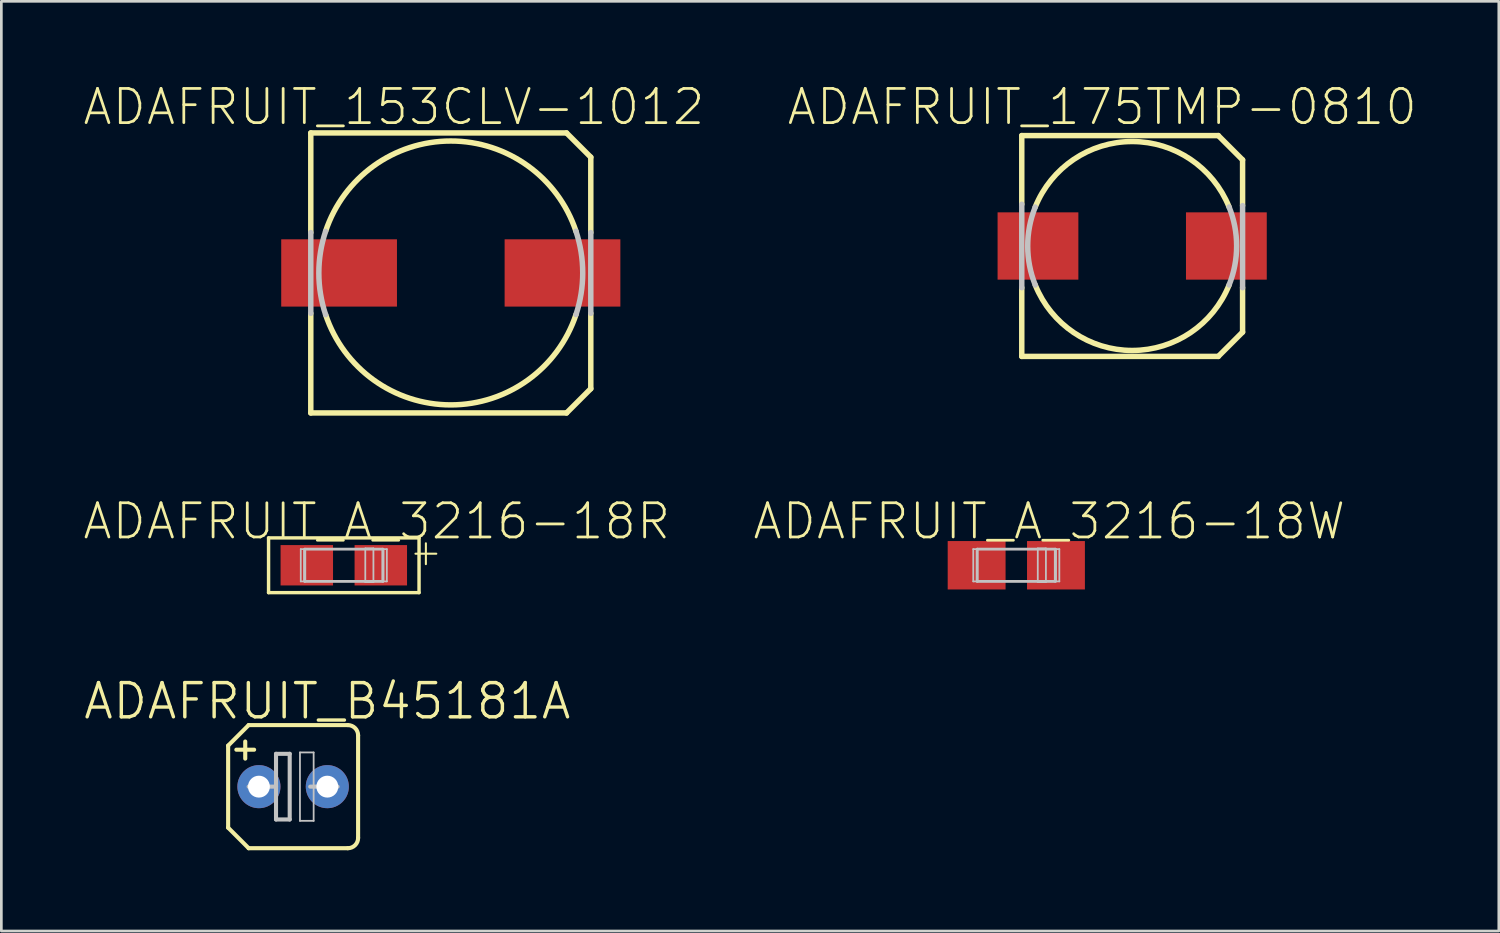
<source format=kicad_pcb>
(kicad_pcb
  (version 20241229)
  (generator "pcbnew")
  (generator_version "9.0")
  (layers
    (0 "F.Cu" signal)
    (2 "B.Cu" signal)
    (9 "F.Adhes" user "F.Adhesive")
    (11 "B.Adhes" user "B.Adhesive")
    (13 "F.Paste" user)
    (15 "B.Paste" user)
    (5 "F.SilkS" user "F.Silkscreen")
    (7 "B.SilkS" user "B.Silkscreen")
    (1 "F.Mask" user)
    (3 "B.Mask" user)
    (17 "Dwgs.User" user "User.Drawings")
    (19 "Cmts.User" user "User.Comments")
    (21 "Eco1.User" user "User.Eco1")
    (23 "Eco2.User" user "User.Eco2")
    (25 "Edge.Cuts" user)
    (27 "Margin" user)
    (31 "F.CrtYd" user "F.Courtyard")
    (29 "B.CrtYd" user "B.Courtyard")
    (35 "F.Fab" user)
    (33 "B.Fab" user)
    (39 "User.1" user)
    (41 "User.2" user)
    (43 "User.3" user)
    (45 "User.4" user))
  (footprint "ADAFRUIT_B45181A"
    (layer "F.Cu")
    (at 7.835 26.162)
    (property "Reference" "ADAFRUIT_B45181A" (at 1.27 -3.175 0) (layer "F.SilkS") (effects (font (size 1.27 1.27) (thickness 0.127))))
    (attr exclude_from_pos_files exclude_from_bom)
    (fp_line (start -2.413 -1.524) (end -2.413 1.524) (stroke (width 0.152) (type solid)) (layer "F.SilkS"))
    (fp_line (start -2.413 -1.524) (end -1.651 -2.286) (stroke (width 0.152) (type solid)) (layer "F.SilkS"))
    (fp_line (start -1.778 -1.676) (end -1.778 -1.041) (stroke (width 0.152) (type solid)) (layer "F.SilkS"))
    (fp_line (start -1.651 2.286) (end -2.413 1.524) (stroke (width 0.152) (type solid)) (layer "F.SilkS"))
    (fp_line (start -1.651 2.286) (end 2.032 2.286) (stroke (width 0.152) (type solid)) (layer "F.SilkS"))
    (fp_line (start -1.448 -1.372) (end -2.108 -1.372) (stroke (width 0.152) (type solid)) (layer "F.SilkS"))
    (fp_line (start 2.032 -2.286) (end -1.651 -2.286) (stroke (width 0.152) (type solid)) (layer "F.SilkS"))
    (fp_line (start 2.413 -1.905) (end 2.413 1.905) (stroke (width 0.152) (type solid)) (layer "F.SilkS"))
    (fp_arc (start 2.032 -2.286) (mid 2.301408 -2.174408) (end 2.413 -1.905) (stroke (width 0.1524) (type solid)) (layer "F.SilkS"))
    (fp_arc (start 2.413 1.905) (mid 2.301408 2.174408) (end 2.032 2.286) (stroke (width 0.1524) (type solid)) (layer "F.SilkS"))
    (fp_line (start -1.651 0) (end -0.635 0) (stroke (width 0.152) (type solid)) (layer "Dwgs.User"))
    (fp_line (start -0.635 -1.219) (end -0.635 0) (stroke (width 0.152) (type solid)) (layer "Dwgs.User"))
    (fp_line (start -0.635 0) (end -0.635 1.219) (stroke (width 0.152) (type solid)) (layer "Dwgs.User"))
    (fp_line (start -0.635 1.219) (end -0.127 1.219) (stroke (width 0.152) (type solid)) (layer "Dwgs.User"))
    (fp_line (start -0.127 -1.219) (end -0.635 -1.219) (stroke (width 0.152) (type solid)) (layer "Dwgs.User"))
    (fp_line (start -0.127 1.219) (end -0.127 -1.219) (stroke (width 0.152) (type solid)) (layer "Dwgs.User"))
    (fp_line (start 0.254 -1.27) (end 0.762 -1.27) (stroke (width 0.066) (type solid)) (layer "Dwgs.User"))
    (fp_line (start 0.254 1.27) (end 0.254 -1.27) (stroke (width 0.066) (type solid)) (layer "Dwgs.User"))
    (fp_line (start 0.254 1.27) (end 0.762 1.27) (stroke (width 0.066) (type solid)) (layer "Dwgs.User"))
    (fp_line (start 0.635 0) (end 1.651 0) (stroke (width 0.152) (type solid)) (layer "Dwgs.User"))
    (fp_line (start 0.762 1.27) (end 0.762 -1.27) (stroke (width 0.066) (type solid)) (layer "Dwgs.User"))
    (pad "+" thru_hole circle (at -1.27 0) (size 1.6 1.6) (drill 0.813) (layers "*.Cu" "*.Paste" "*.Mask"))
    (pad "-" thru_hole circle (at 1.27 0) (size 1.6 1.6) (drill 0.813) (layers "*.Cu" "*.Paste" "*.Mask")))
  (footprint "ADAFRUIT_153CLV-1012"
    (layer "F.Cu")
    (at 13.69 7.086)
    (property "Reference" "ADAFRUIT_153CLV-1012" (at -2.113 -6.165 0) (layer "F.SilkS") (effects (font (size 1.27 1.27) (thickness 0.102))))
    (attr smd)
    (fp_line (start -5.199 -5.199) (end 4.298 -5.199) (stroke (width 0.203) (type solid)) (layer "F.SilkS"))
    (fp_line (start -5.199 -1.499) (end -5.199 -5.199) (stroke (width 0.203) (type solid)) (layer "F.SilkS"))
    (fp_line (start -5.199 5.199) (end -5.199 1.499) (stroke (width 0.203) (type solid)) (layer "F.SilkS"))
    (fp_line (start 4.298 -5.199) (end 5.199 -4.298) (stroke (width 0.203) (type solid)) (layer "F.SilkS"))
    (fp_line (start 4.298 5.199) (end -5.199 5.199) (stroke (width 0.203) (type solid)) (layer "F.SilkS"))
    (fp_line (start 5.199 -4.298) (end 5.199 -1.499) (stroke (width 0.203) (type solid)) (layer "F.SilkS"))
    (fp_line (start 5.199 1.499) (end 5.199 4.298) (stroke (width 0.203) (type solid)) (layer "F.SilkS"))
    (fp_line (start 5.199 4.298) (end 4.298 5.199) (stroke (width 0.203) (type solid)) (layer "F.SilkS"))
    (fp_arc (start -4.6482 -1.5494) (mid -0.001287 -4.899633) (end 4.647385 -1.551842) (stroke (width 0.2032) (type solid)) (layer "F.SilkS"))
    (fp_arc (start 4.6482 1.5494) (mid 0.001287 4.899633) (end -4.647385 1.551842) (stroke (width 0.2032) (type solid)) (layer "F.SilkS"))
    (fp_line (start -5.199 1.499) (end -5.199 -1.499) (stroke (width 0.203) (type solid)) (layer "Dwgs.User"))
    (fp_line (start 5.199 -1.499) (end 5.199 1.499) (stroke (width 0.203) (type solid)) (layer "Dwgs.User"))
    (fp_arc (start -4.6482 1.5494) (mid -4.899632 0.002989) (end -4.650087 -1.543728) (stroke (width 0.2032) (type solid)) (layer "Dwgs.User"))
    (fp_arc (start 4.6482 -1.5494) (mid 4.899632 -0.002989) (end 4.650087 1.543728) (stroke (width 0.2032) (type solid)) (layer "Dwgs.User"))
    (pad "+" smd rect (at 4.148 0) (size 4.298 2.499) (layers "F.Cu" "F.Mask" "F.Paste"))
    (pad "-" smd rect (at -4.148 0) (size 4.298 2.499) (layers "F.Cu" "F.Mask" "F.Paste")))
  (footprint "ADAFRUIT_A_3216-18W"
    (layer "F.Cu")
    (at 34.69 17.941)
    (property "Reference" "ADAFRUIT_A_3216-18W" (at 1.224 -1.633 0) (layer "F.SilkS") (effects (font (size 1.27 1.27) (thickness 0.102))))
    (attr smd)
    (fp_line (start -1.598 -0.599) (end -1.473 -0.599) (stroke (width 0.066) (type solid)) (layer "Dwgs.User"))
    (fp_line (start -1.598 0.599) (end -1.598 -0.599) (stroke (width 0.066) (type solid)) (layer "Dwgs.User"))
    (fp_line (start -1.598 0.599) (end -1.473 0.599) (stroke (width 0.066) (type solid)) (layer "Dwgs.User"))
    (fp_line (start -1.473 0.599) (end -1.473 -0.599) (stroke (width 0.066) (type solid)) (layer "Dwgs.User"))
    (fp_line (start -1.448 -0.599) (end 1.448 -0.599) (stroke (width 0.102) (type solid)) (layer "Dwgs.User"))
    (fp_line (start -1.448 0.599) (end -1.448 -0.599) (stroke (width 0.102) (type solid)) (layer "Dwgs.User"))
    (fp_line (start 0.798 -0.625) (end 1.1 -0.625) (stroke (width 0.066) (type solid)) (layer "Dwgs.User"))
    (fp_line (start 0.798 0.625) (end 0.798 -0.625) (stroke (width 0.066) (type solid)) (layer "Dwgs.User"))
    (fp_line (start 0.798 0.625) (end 1.1 0.625) (stroke (width 0.066) (type solid)) (layer "Dwgs.User"))
    (fp_line (start 1.1 0.625) (end 1.1 -0.625) (stroke (width 0.066) (type solid)) (layer "Dwgs.User"))
    (fp_line (start 1.448 -0.599) (end 1.448 0.599) (stroke (width 0.102) (type solid)) (layer "Dwgs.User"))
    (fp_line (start 1.448 0.599) (end -1.448 0.599) (stroke (width 0.102) (type solid)) (layer "Dwgs.User"))
    (fp_line (start 1.473 -0.599) (end 1.598 -0.599) (stroke (width 0.066) (type solid)) (layer "Dwgs.User"))
    (fp_line (start 1.473 0.599) (end 1.473 -0.599) (stroke (width 0.066) (type solid)) (layer "Dwgs.User"))
    (fp_line (start 1.473 0.599) (end 1.598 0.599) (stroke (width 0.066) (type solid)) (layer "Dwgs.User"))
    (fp_line (start 1.598 0.599) (end 1.598 -0.599) (stroke (width 0.066) (type solid)) (layer "Dwgs.User"))
    (pad "+" smd rect (at 1.473 0) (size 2.149 1.798) (layers "F.Cu" "F.Mask" "F.Paste"))
    (pad "-" smd rect (at -1.473 0) (size 2.149 1.798) (layers "F.Cu" "F.Mask" "F.Paste")))
  (footprint "ADAFRUIT_175TMP-0810"
    (layer "F.Cu")
    (at 38.993 6.085)
    (property "Reference" "ADAFRUIT_175TMP-0810" (at -1.113 -5.164 0) (layer "F.SilkS") (effects (font (size 1.27 1.27) (thickness 0.102))))
    (attr smd)
    (fp_line (start -4.1 -4.1) (end 3.198 -4.1) (stroke (width 0.203) (type solid)) (layer "F.SilkS"))
    (fp_line (start -4.1 -1.549) (end -4.1 -4.1) (stroke (width 0.203) (type solid)) (layer "F.SilkS"))
    (fp_line (start -4.1 4.1) (end -4.1 1.549) (stroke (width 0.203) (type solid)) (layer "F.SilkS"))
    (fp_line (start 3.198 -4.1) (end 4.1 -3.198) (stroke (width 0.203) (type solid)) (layer "F.SilkS"))
    (fp_line (start 3.198 4.1) (end -4.1 4.1) (stroke (width 0.203) (type solid)) (layer "F.SilkS"))
    (fp_line (start 4.1 -3.198) (end 4.1 -1.499) (stroke (width 0.203) (type solid)) (layer "F.SilkS"))
    (fp_line (start 4.1 1.549) (end 4.1 3.198) (stroke (width 0.203) (type solid)) (layer "F.SilkS"))
    (fp_line (start 4.1 3.198) (end 3.198 4.1) (stroke (width 0.203) (type solid)) (layer "F.SilkS"))
    (fp_arc (start -3.59918 -1.4478) (mid -0.002514 -3.879461) (end 3.5973 -1.452464) (stroke (width 0.2032) (type solid)) (layer "F.SilkS"))
    (fp_arc (start 3.59918 1.4478) (mid 0.002514 3.879461) (end -3.5973 1.452464) (stroke (width 0.2032) (type solid)) (layer "F.SilkS"))
    (fp_line (start -4.1 1.549) (end -4.1 -1.549) (stroke (width 0.203) (type solid)) (layer "Dwgs.User"))
    (fp_line (start 4.1 -1.499) (end 4.1 1.549) (stroke (width 0.203) (type solid)) (layer "Dwgs.User"))
    (fp_arc (start -3.59918 1.4478) (mid -3.879461 0.000871) (end -3.59983 -1.446183) (stroke (width 0.2032) (type solid)) (layer "Dwgs.User"))
    (fp_arc (start 3.59918 -1.4478) (mid 3.879461 -0.000871) (end 3.59983 1.446183) (stroke (width 0.2032) (type solid)) (layer "Dwgs.User"))
    (pad "+" smd rect (at 3.498 0) (size 3 2.499) (layers "F.Cu" "F.Mask" "F.Paste"))
    (pad "-" smd rect (at -3.498 0) (size 3 2.499) (layers "F.Cu" "F.Mask" "F.Paste")))
  (footprint "ADAFRUIT_A_3216-18R"
    (layer "F.Cu")
    (at 9.717 17.941)
    (property "Reference" "ADAFRUIT_A_3216-18R" (at 1.224 -1.633 0) (layer "F.SilkS") (effects (font (size 1.27 1.27) (thickness 0.102))))
    (attr smd)
    (fp_line (start -2.794 -1.016) (end 2.794 -1.016) (stroke (width 0.127) (type solid)) (layer "F.SilkS"))
    (fp_line (start -2.794 1.016) (end -2.794 -1.016) (stroke (width 0.127) (type solid)) (layer "F.SilkS"))
    (fp_line (start 2.794 -1.016) (end 2.794 1.016) (stroke (width 0.127) (type solid)) (layer "F.SilkS"))
    (fp_line (start 2.794 1.016) (end -2.794 1.016) (stroke (width 0.127) (type solid)) (layer "F.SilkS"))
    (fp_line (start -1.598 -0.599) (end -1.473 -0.599) (stroke (width 0.066) (type solid)) (layer "Dwgs.User"))
    (fp_line (start -1.598 0.599) (end -1.598 -0.599) (stroke (width 0.066) (type solid)) (layer "Dwgs.User"))
    (fp_line (start -1.598 0.599) (end -1.473 0.599) (stroke (width 0.066) (type solid)) (layer "Dwgs.User"))
    (fp_line (start -1.473 0.599) (end -1.473 -0.599) (stroke (width 0.066) (type solid)) (layer "Dwgs.User"))
    (fp_line (start -1.448 -0.599) (end 1.448 -0.599) (stroke (width 0.102) (type solid)) (layer "Dwgs.User"))
    (fp_line (start -1.448 0.599) (end -1.448 -0.599) (stroke (width 0.102) (type solid)) (layer "Dwgs.User"))
    (fp_line (start 0.798 -0.625) (end 1.1 -0.625) (stroke (width 0.066) (type solid)) (layer "Dwgs.User"))
    (fp_line (start 0.798 0.625) (end 0.798 -0.625) (stroke (width 0.066) (type solid)) (layer "Dwgs.User"))
    (fp_line (start 0.798 0.625) (end 1.1 0.625) (stroke (width 0.066) (type solid)) (layer "Dwgs.User"))
    (fp_line (start 1.1 0.625) (end 1.1 -0.625) (stroke (width 0.066) (type solid)) (layer "Dwgs.User"))
    (fp_line (start 1.448 -0.599) (end 1.448 0.599) (stroke (width 0.102) (type solid)) (layer "Dwgs.User"))
    (fp_line (start 1.448 0.599) (end -1.448 0.599) (stroke (width 0.102) (type solid)) (layer "Dwgs.User"))
    (fp_line (start 1.473 -0.599) (end 1.598 -0.599) (stroke (width 0.066) (type solid)) (layer "Dwgs.User"))
    (fp_line (start 1.473 0.599) (end 1.473 -0.599) (stroke (width 0.066) (type solid)) (layer "Dwgs.User"))
    (fp_line (start 1.473 0.599) (end 1.598 0.599) (stroke (width 0.066) (type solid)) (layer "Dwgs.User"))
    (fp_line (start 1.598 0.599) (end 1.598 -0.599) (stroke (width 0.066) (type solid)) (layer "Dwgs.User"))
    (fp_text user "+" (at 3.048 -0.508 0) (layer "F.SilkS") (effects (font (size 1.016 1.016) (thickness 0.076))))
    (pad "+" smd rect (at 1.374 0) (size 1.948 1.499) (layers "F.Cu" "F.Mask" "F.Paste"))
    (pad "-" smd rect (at -1.374 0) (size 1.948 1.499) (layers "F.Cu" "F.Mask" "F.Paste")))
  (gr_rect
    (start -3 -3)
    (end 52.608 31.524)
    (stroke (width 0.1) (type default))
    (fill no)
    (layer "Edge.Cuts")))
</source>
